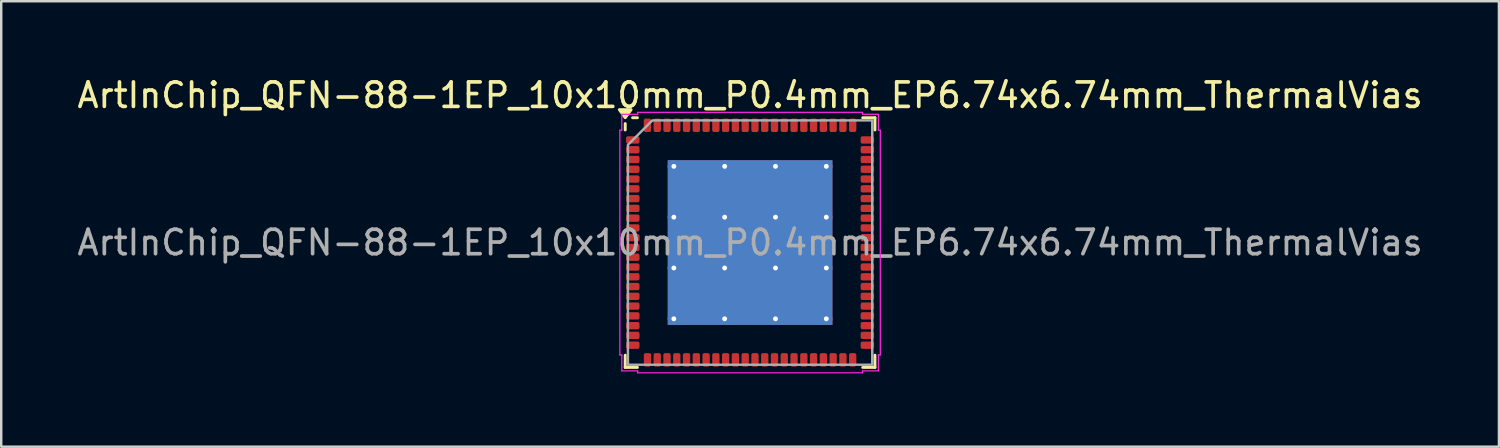
<source format=kicad_pcb>
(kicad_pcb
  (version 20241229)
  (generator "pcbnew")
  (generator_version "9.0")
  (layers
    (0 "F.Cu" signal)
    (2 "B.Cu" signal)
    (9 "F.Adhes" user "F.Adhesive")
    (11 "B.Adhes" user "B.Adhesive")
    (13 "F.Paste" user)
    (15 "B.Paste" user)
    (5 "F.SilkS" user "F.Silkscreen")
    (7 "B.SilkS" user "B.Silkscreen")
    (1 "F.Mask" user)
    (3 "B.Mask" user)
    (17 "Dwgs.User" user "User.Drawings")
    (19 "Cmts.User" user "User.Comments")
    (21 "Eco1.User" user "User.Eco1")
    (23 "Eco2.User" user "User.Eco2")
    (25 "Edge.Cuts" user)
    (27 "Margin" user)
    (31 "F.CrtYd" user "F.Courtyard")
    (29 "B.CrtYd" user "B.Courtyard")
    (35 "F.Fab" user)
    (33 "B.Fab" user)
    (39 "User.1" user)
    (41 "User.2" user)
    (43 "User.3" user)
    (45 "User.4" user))
  (footprint "ArtInChip_QFN-88-1EP_10x10mm_P0.4mm_EP6.74x6.74mm_ThermalVias"
    (layer "F.Cu")
    (at 27.649 6.878)
    (property "Reference" "ArtInChip_QFN-88-1EP_10x10mm_P0.4mm_EP6.74x6.74mm_ThermalVias" (at 0 -6.03 0) (layer "F.SilkS") (effects (font (size 1 1) (thickness 0.15))))
    (attr smd)
    (fp_line (start -5.11 -4.61) (end -5.11 -4.87) (stroke (width 0.12) (type solid)) (layer "F.SilkS"))
    (fp_line (start -5.11 5.11) (end -5.11 4.61) (stroke (width 0.12) (type solid)) (layer "F.SilkS"))
    (fp_line (start -4.61 -5.11) (end -4.81 -5.11) (stroke (width 0.12) (type solid)) (layer "F.SilkS"))
    (fp_line (start -4.61 5.11) (end -5.11 5.11) (stroke (width 0.12) (type solid)) (layer "F.SilkS"))
    (fp_line (start 4.61 -5.11) (end 5.11 -5.11) (stroke (width 0.12) (type solid)) (layer "F.SilkS"))
    (fp_line (start 4.61 5.11) (end 5.11 5.11) (stroke (width 0.12) (type solid)) (layer "F.SilkS"))
    (fp_line (start 5.11 -5.11) (end 5.11 -4.61) (stroke (width 0.12) (type solid)) (layer "F.SilkS"))
    (fp_line (start 5.11 5.11) (end 5.11 4.61) (stroke (width 0.12) (type solid)) (layer "F.SilkS"))
    (fp_poly (pts (xy -5.11 -5.11) (xy -5.35 -5.44) (xy -4.87 -5.44)) (stroke (width 0.12) (type solid)) (fill yes) (layer "F.SilkS"))
    (fp_line (start -5.33 -4.6) (end -5.25 -4.6) (stroke (width 0.05) (type solid)) (layer "F.CrtYd"))
    (fp_line (start -5.33 4.6) (end -5.33 -4.6) (stroke (width 0.05) (type solid)) (layer "F.CrtYd"))
    (fp_line (start -5.25 -5.25) (end -4.6 -5.25) (stroke (width 0.05) (type solid)) (layer "F.CrtYd"))
    (fp_line (start -5.25 -4.6) (end -5.25 -5.25) (stroke (width 0.05) (type solid)) (layer "F.CrtYd"))
    (fp_line (start -5.25 4.6) (end -5.33 4.6) (stroke (width 0.05) (type solid)) (layer "F.CrtYd"))
    (fp_line (start -5.25 5.25) (end -5.25 4.6) (stroke (width 0.05) (type solid)) (layer "F.CrtYd"))
    (fp_line (start -4.6 -5.33) (end 4.6 -5.33) (stroke (width 0.05) (type solid)) (layer "F.CrtYd"))
    (fp_line (start -4.6 -5.25) (end -4.6 -5.33) (stroke (width 0.05) (type solid)) (layer "F.CrtYd"))
    (fp_line (start -4.6 5.25) (end -5.25 5.25) (stroke (width 0.05) (type solid)) (layer "F.CrtYd"))
    (fp_line (start -4.6 5.33) (end -4.6 5.25) (stroke (width 0.05) (type solid)) (layer "F.CrtYd"))
    (fp_line (start 4.6 -5.33) (end 4.6 -5.25) (stroke (width 0.05) (type solid)) (layer "F.CrtYd"))
    (fp_line (start 4.6 -5.25) (end 5.25 -5.25) (stroke (width 0.05) (type solid)) (layer "F.CrtYd"))
    (fp_line (start 4.6 5.25) (end 4.6 5.33) (stroke (width 0.05) (type solid)) (layer "F.CrtYd"))
    (fp_line (start 4.6 5.33) (end -4.6 5.33) (stroke (width 0.05) (type solid)) (layer "F.CrtYd"))
    (fp_line (start 5.25 -5.25) (end 5.25 -4.6) (stroke (width 0.05) (type solid)) (layer "F.CrtYd"))
    (fp_line (start 5.25 -4.6) (end 5.33 -4.6) (stroke (width 0.05) (type solid)) (layer "F.CrtYd"))
    (fp_line (start 5.25 4.6) (end 5.25 5.25) (stroke (width 0.05) (type solid)) (layer "F.CrtYd"))
    (fp_line (start 5.25 5.25) (end 4.6 5.25) (stroke (width 0.05) (type solid)) (layer "F.CrtYd"))
    (fp_line (start 5.33 -4.6) (end 5.33 4.6) (stroke (width 0.05) (type solid)) (layer "F.CrtYd"))
    (fp_line (start 5.33 4.6) (end 5.25 4.6) (stroke (width 0.05) (type solid)) (layer "F.CrtYd"))
    (fp_poly (pts (xy -5 -4) (xy -5 5) (xy 5 5) (xy 5 -5) (xy -4 -5)) (stroke (width 0.1) (type solid)) (fill no) (layer "F.Fab"))
    (fp_text user "${REFERENCE}" (at 0 0 0) (layer "F.Fab") (effects (font (size 1 1) (thickness 0.15))))
    (pad "" smd roundrect (at -2.25 -2.25) (size 1.74 1.74) (layers "F.Paste") (roundrect_rratio 0.144))
    (pad "" smd roundrect (at -2.25 0) (size 1.74 1.74) (layers "F.Paste") (roundrect_rratio 0.144))
    (pad "" smd roundrect (at -2.25 2.25) (size 1.74 1.74) (layers "F.Paste") (roundrect_rratio 0.144))
    (pad "" smd roundrect (at 0 -2.25) (size 1.74 1.74) (layers "F.Paste") (roundrect_rratio 0.144))
    (pad "" smd roundrect (at 0 0) (size 1.74 1.74) (layers "F.Paste") (roundrect_rratio 0.144))
    (pad "" smd roundrect (at 0 2.25) (size 1.74 1.74) (layers "F.Paste") (roundrect_rratio 0.144))
    (pad "" smd roundrect (at 2.25 -2.25) (size 1.74 1.74) (layers "F.Paste") (roundrect_rratio 0.144))
    (pad "" smd roundrect (at 2.25 0) (size 1.74 1.74) (layers "F.Paste") (roundrect_rratio 0.144))
    (pad "" smd roundrect (at 2.25 2.25) (size 1.74 1.74) (layers "F.Paste") (roundrect_rratio 0.144))
    (pad "1" smd roundrect (at -4.8 -4.2) (size 0.55 0.3) (layers "F.Cu" "F.Mask" "F.Paste") (roundrect_rratio 0.25))
    (pad "2" smd roundrect (at -4.8 -3.8) (size 0.55 0.3) (layers "F.Cu" "F.Mask" "F.Paste") (roundrect_rratio 0.25))
    (pad "3" smd roundrect (at -4.8 -3.4) (size 0.55 0.3) (layers "F.Cu" "F.Mask" "F.Paste") (roundrect_rratio 0.25))
    (pad "4" smd roundrect (at -4.8 -3) (size 0.55 0.3) (layers "F.Cu" "F.Mask" "F.Paste") (roundrect_rratio 0.25))
    (pad "5" smd roundrect (at -4.8 -2.6) (size 0.55 0.3) (layers "F.Cu" "F.Mask" "F.Paste") (roundrect_rratio 0.25))
    (pad "6" smd roundrect (at -4.8 -2.2) (size 0.55 0.3) (layers "F.Cu" "F.Mask" "F.Paste") (roundrect_rratio 0.25))
    (pad "7" smd roundrect (at -4.8 -1.8) (size 0.55 0.3) (layers "F.Cu" "F.Mask" "F.Paste") (roundrect_rratio 0.25))
    (pad "8" smd roundrect (at -4.8 -1.4) (size 0.55 0.3) (layers "F.Cu" "F.Mask" "F.Paste") (roundrect_rratio 0.25))
    (pad "9" smd roundrect (at -4.8 -1) (size 0.55 0.3) (layers "F.Cu" "F.Mask" "F.Paste") (roundrect_rratio 0.25))
    (pad "10" smd roundrect (at -4.8 -0.6) (size 0.55 0.3) (layers "F.Cu" "F.Mask" "F.Paste") (roundrect_rratio 0.25))
    (pad "11" smd roundrect (at -4.8 -0.2) (size 0.55 0.3) (layers "F.Cu" "F.Mask" "F.Paste") (roundrect_rratio 0.25))
    (pad "12" smd roundrect (at -4.8 0.2) (size 0.55 0.3) (layers "F.Cu" "F.Mask" "F.Paste") (roundrect_rratio 0.25))
    (pad "13" smd roundrect (at -4.8 0.6) (size 0.55 0.3) (layers "F.Cu" "F.Mask" "F.Paste") (roundrect_rratio 0.25))
    (pad "14" smd roundrect (at -4.8 1) (size 0.55 0.3) (layers "F.Cu" "F.Mask" "F.Paste") (roundrect_rratio 0.25))
    (pad "15" smd roundrect (at -4.8 1.4) (size 0.55 0.3) (layers "F.Cu" "F.Mask" "F.Paste") (roundrect_rratio 0.25))
    (pad "16" smd roundrect (at -4.8 1.8) (size 0.55 0.3) (layers "F.Cu" "F.Mask" "F.Paste") (roundrect_rratio 0.25))
    (pad "17" smd roundrect (at -4.8 2.2) (size 0.55 0.3) (layers "F.Cu" "F.Mask" "F.Paste") (roundrect_rratio 0.25))
    (pad "18" smd roundrect (at -4.8 2.6) (size 0.55 0.3) (layers "F.Cu" "F.Mask" "F.Paste") (roundrect_rratio 0.25))
    (pad "19" smd roundrect (at -4.8 3) (size 0.55 0.3) (layers "F.Cu" "F.Mask" "F.Paste") (roundrect_rratio 0.25))
    (pad "20" smd roundrect (at -4.8 3.4) (size 0.55 0.3) (layers "F.Cu" "F.Mask" "F.Paste") (roundrect_rratio 0.25))
    (pad "21" smd roundrect (at -4.8 3.8) (size 0.55 0.3) (layers "F.Cu" "F.Mask" "F.Paste") (roundrect_rratio 0.25))
    (pad "22" smd roundrect (at -4.8 4.2) (size 0.55 0.3) (layers "F.Cu" "F.Mask" "F.Paste") (roundrect_rratio 0.25))
    (pad "23" smd roundrect (at -4.2 4.8) (size 0.3 0.55) (layers "F.Cu" "F.Mask" "F.Paste") (roundrect_rratio 0.25))
    (pad "24" smd roundrect (at -3.8 4.8) (size 0.3 0.55) (layers "F.Cu" "F.Mask" "F.Paste") (roundrect_rratio 0.25))
    (pad "25" smd roundrect (at -3.4 4.8) (size 0.3 0.55) (layers "F.Cu" "F.Mask" "F.Paste") (roundrect_rratio 0.25))
    (pad "26" smd roundrect (at -3 4.8) (size 0.3 0.55) (layers "F.Cu" "F.Mask" "F.Paste") (roundrect_rratio 0.25))
    (pad "27" smd roundrect (at -2.6 4.8) (size 0.3 0.55) (layers "F.Cu" "F.Mask" "F.Paste") (roundrect_rratio 0.25))
    (pad "28" smd roundrect (at -2.2 4.8) (size 0.3 0.55) (layers "F.Cu" "F.Mask" "F.Paste") (roundrect_rratio 0.25))
    (pad "29" smd roundrect (at -1.8 4.8) (size 0.3 0.55) (layers "F.Cu" "F.Mask" "F.Paste") (roundrect_rratio 0.25))
    (pad "30" smd roundrect (at -1.4 4.8) (size 0.3 0.55) (layers "F.Cu" "F.Mask" "F.Paste") (roundrect_rratio 0.25))
    (pad "31" smd roundrect (at -1 4.8) (size 0.3 0.55) (layers "F.Cu" "F.Mask" "F.Paste") (roundrect_rratio 0.25))
    (pad "32" smd roundrect (at -0.6 4.8) (size 0.3 0.55) (layers "F.Cu" "F.Mask" "F.Paste") (roundrect_rratio 0.25))
    (pad "33" smd roundrect (at -0.2 4.8) (size 0.3 0.55) (layers "F.Cu" "F.Mask" "F.Paste") (roundrect_rratio 0.25))
    (pad "34" smd roundrect (at 0.2 4.8) (size 0.3 0.55) (layers "F.Cu" "F.Mask" "F.Paste") (roundrect_rratio 0.25))
    (pad "35" smd roundrect (at 0.6 4.8) (size 0.3 0.55) (layers "F.Cu" "F.Mask" "F.Paste") (roundrect_rratio 0.25))
    (pad "36" smd roundrect (at 1 4.8) (size 0.3 0.55) (layers "F.Cu" "F.Mask" "F.Paste") (roundrect_rratio 0.25))
    (pad "37" smd roundrect (at 1.4 4.8) (size 0.3 0.55) (layers "F.Cu" "F.Mask" "F.Paste") (roundrect_rratio 0.25))
    (pad "38" smd roundrect (at 1.8 4.8) (size 0.3 0.55) (layers "F.Cu" "F.Mask" "F.Paste") (roundrect_rratio 0.25))
    (pad "39" smd roundrect (at 2.2 4.8) (size 0.3 0.55) (layers "F.Cu" "F.Mask" "F.Paste") (roundrect_rratio 0.25))
    (pad "40" smd roundrect (at 2.6 4.8) (size 0.3 0.55) (layers "F.Cu" "F.Mask" "F.Paste") (roundrect_rratio 0.25))
    (pad "41" smd roundrect (at 3 4.8) (size 0.3 0.55) (layers "F.Cu" "F.Mask" "F.Paste") (roundrect_rratio 0.25))
    (pad "42" smd roundrect (at 3.4 4.8) (size 0.3 0.55) (layers "F.Cu" "F.Mask" "F.Paste") (roundrect_rratio 0.25))
    (pad "43" smd roundrect (at 3.8 4.8) (size 0.3 0.55) (layers "F.Cu" "F.Mask" "F.Paste") (roundrect_rratio 0.25))
    (pad "44" smd roundrect (at 4.2 4.8) (size 0.3 0.55) (layers "F.Cu" "F.Mask" "F.Paste") (roundrect_rratio 0.25))
    (pad "45" smd roundrect (at 4.8 4.2) (size 0.55 0.3) (layers "F.Cu" "F.Mask" "F.Paste") (roundrect_rratio 0.25))
    (pad "46" smd roundrect (at 4.8 3.8) (size 0.55 0.3) (layers "F.Cu" "F.Mask" "F.Paste") (roundrect_rratio 0.25))
    (pad "47" smd roundrect (at 4.8 3.4) (size 0.55 0.3) (layers "F.Cu" "F.Mask" "F.Paste") (roundrect_rratio 0.25))
    (pad "48" smd roundrect (at 4.8 3) (size 0.55 0.3) (layers "F.Cu" "F.Mask" "F.Paste") (roundrect_rratio 0.25))
    (pad "49" smd roundrect (at 4.8 2.6) (size 0.55 0.3) (layers "F.Cu" "F.Mask" "F.Paste") (roundrect_rratio 0.25))
    (pad "50" smd roundrect (at 4.8 2.2) (size 0.55 0.3) (layers "F.Cu" "F.Mask" "F.Paste") (roundrect_rratio 0.25))
    (pad "51" smd roundrect (at 4.8 1.8) (size 0.55 0.3) (layers "F.Cu" "F.Mask" "F.Paste") (roundrect_rratio 0.25))
    (pad "52" smd roundrect (at 4.8 1.4) (size 0.55 0.3) (layers "F.Cu" "F.Mask" "F.Paste") (roundrect_rratio 0.25))
    (pad "53" smd roundrect (at 4.8 1) (size 0.55 0.3) (layers "F.Cu" "F.Mask" "F.Paste") (roundrect_rratio 0.25))
    (pad "54" smd roundrect (at 4.8 0.6) (size 0.55 0.3) (layers "F.Cu" "F.Mask" "F.Paste") (roundrect_rratio 0.25))
    (pad "55" smd roundrect (at 4.8 0.2) (size 0.55 0.3) (layers "F.Cu" "F.Mask" "F.Paste") (roundrect_rratio 0.25))
    (pad "56" smd roundrect (at 4.8 -0.2) (size 0.55 0.3) (layers "F.Cu" "F.Mask" "F.Paste") (roundrect_rratio 0.25))
    (pad "57" smd roundrect (at 4.8 -0.6) (size 0.55 0.3) (layers "F.Cu" "F.Mask" "F.Paste") (roundrect_rratio 0.25))
    (pad "58" smd roundrect (at 4.8 -1) (size 0.55 0.3) (layers "F.Cu" "F.Mask" "F.Paste") (roundrect_rratio 0.25))
    (pad "59" smd roundrect (at 4.8 -1.4) (size 0.55 0.3) (layers "F.Cu" "F.Mask" "F.Paste") (roundrect_rratio 0.25))
    (pad "60" smd roundrect (at 4.8 -1.8) (size 0.55 0.3) (layers "F.Cu" "F.Mask" "F.Paste") (roundrect_rratio 0.25))
    (pad "61" smd roundrect (at 4.8 -2.2) (size 0.55 0.3) (layers "F.Cu" "F.Mask" "F.Paste") (roundrect_rratio 0.25))
    (pad "62" smd roundrect (at 4.8 -2.6) (size 0.55 0.3) (layers "F.Cu" "F.Mask" "F.Paste") (roundrect_rratio 0.25))
    (pad "63" smd roundrect (at 4.8 -3) (size 0.55 0.3) (layers "F.Cu" "F.Mask" "F.Paste") (roundrect_rratio 0.25))
    (pad "64" smd roundrect (at 4.8 -3.4) (size 0.55 0.3) (layers "F.Cu" "F.Mask" "F.Paste") (roundrect_rratio 0.25))
    (pad "65" smd roundrect (at 4.8 -3.8) (size 0.55 0.3) (layers "F.Cu" "F.Mask" "F.Paste") (roundrect_rratio 0.25))
    (pad "66" smd roundrect (at 4.8 -4.2) (size 0.55 0.3) (layers "F.Cu" "F.Mask" "F.Paste") (roundrect_rratio 0.25))
    (pad "67" smd roundrect (at 4.2 -4.8) (size 0.3 0.55) (layers "F.Cu" "F.Mask" "F.Paste") (roundrect_rratio 0.25))
    (pad "68" smd roundrect (at 3.8 -4.8) (size 0.3 0.55) (layers "F.Cu" "F.Mask" "F.Paste") (roundrect_rratio 0.25))
    (pad "69" smd roundrect (at 3.4 -4.8) (size 0.3 0.55) (layers "F.Cu" "F.Mask" "F.Paste") (roundrect_rratio 0.25))
    (pad "70" smd roundrect (at 3 -4.8) (size 0.3 0.55) (layers "F.Cu" "F.Mask" "F.Paste") (roundrect_rratio 0.25))
    (pad "71" smd roundrect (at 2.6 -4.8) (size 0.3 0.55) (layers "F.Cu" "F.Mask" "F.Paste") (roundrect_rratio 0.25))
    (pad "72" smd roundrect (at 2.2 -4.8) (size 0.3 0.55) (layers "F.Cu" "F.Mask" "F.Paste") (roundrect_rratio 0.25))
    (pad "73" smd roundrect (at 1.8 -4.8) (size 0.3 0.55) (layers "F.Cu" "F.Mask" "F.Paste") (roundrect_rratio 0.25))
    (pad "74" smd roundrect (at 1.4 -4.8) (size 0.3 0.55) (layers "F.Cu" "F.Mask" "F.Paste") (roundrect_rratio 0.25))
    (pad "75" smd roundrect (at 1 -4.8) (size 0.3 0.55) (layers "F.Cu" "F.Mask" "F.Paste") (roundrect_rratio 0.25))
    (pad "76" smd roundrect (at 0.6 -4.8) (size 0.3 0.55) (layers "F.Cu" "F.Mask" "F.Paste") (roundrect_rratio 0.25))
    (pad "77" smd roundrect (at 0.2 -4.8) (size 0.3 0.55) (layers "F.Cu" "F.Mask" "F.Paste") (roundrect_rratio 0.25))
    (pad "78" smd roundrect (at -0.2 -4.8) (size 0.3 0.55) (layers "F.Cu" "F.Mask" "F.Paste") (roundrect_rratio 0.25))
    (pad "79" smd roundrect (at -0.6 -4.8) (size 0.3 0.55) (layers "F.Cu" "F.Mask" "F.Paste") (roundrect_rratio 0.25))
    (pad "80" smd roundrect (at -1 -4.8) (size 0.3 0.55) (layers "F.Cu" "F.Mask" "F.Paste") (roundrect_rratio 0.25))
    (pad "81" smd roundrect (at -1.4 -4.8) (size 0.3 0.55) (layers "F.Cu" "F.Mask" "F.Paste") (roundrect_rratio 0.25))
    (pad "82" smd roundrect (at -1.8 -4.8) (size 0.3 0.55) (layers "F.Cu" "F.Mask" "F.Paste") (roundrect_rratio 0.25))
    (pad "83" smd roundrect (at -2.2 -4.8) (size 0.3 0.55) (layers "F.Cu" "F.Mask" "F.Paste") (roundrect_rratio 0.25))
    (pad "84" smd roundrect (at -2.6 -4.8) (size 0.3 0.55) (layers "F.Cu" "F.Mask" "F.Paste") (roundrect_rratio 0.25))
    (pad "85" smd roundrect (at -3 -4.8) (size 0.3 0.55) (layers "F.Cu" "F.Mask" "F.Paste") (roundrect_rratio 0.25))
    (pad "86" smd roundrect (at -3.4 -4.8) (size 0.3 0.55) (layers "F.Cu" "F.Mask" "F.Paste") (roundrect_rratio 0.25))
    (pad "87" smd roundrect (at -3.8 -4.8) (size 0.3 0.55) (layers "F.Cu" "F.Mask" "F.Paste") (roundrect_rratio 0.25))
    (pad "88" smd roundrect (at -4.2 -4.8) (size 0.3 0.55) (layers "F.Cu" "F.Mask" "F.Paste") (roundrect_rratio 0.25))
    (pad "89" thru_hole circle (at -3.12 -3.12) (size 0.5 0.5) (drill 0.2) (property pad_prop_heatsink) (layers "*.Cu"))
    (pad "89" thru_hole circle (at -3.12 -1.04) (size 0.5 0.5) (drill 0.2) (property pad_prop_heatsink) (layers "*.Cu"))
    (pad "89" thru_hole circle (at -3.12 1.04) (size 0.5 0.5) (drill 0.2) (property pad_prop_heatsink) (layers "*.Cu"))
    (pad "89" thru_hole circle (at -3.12 3.12) (size 0.5 0.5) (drill 0.2) (property pad_prop_heatsink) (layers "*.Cu"))
    (pad "89" thru_hole circle (at -1.04 -3.12) (size 0.5 0.5) (drill 0.2) (property pad_prop_heatsink) (layers "*.Cu"))
    (pad "89" thru_hole circle (at -1.04 -1.04) (size 0.5 0.5) (drill 0.2) (property pad_prop_heatsink) (layers "*.Cu"))
    (pad "89" thru_hole circle (at -1.04 1.04) (size 0.5 0.5) (drill 0.2) (property pad_prop_heatsink) (layers "*.Cu"))
    (pad "89" thru_hole circle (at -1.04 3.12) (size 0.5 0.5) (drill 0.2) (property pad_prop_heatsink) (layers "*.Cu"))
    (pad "89" smd rect (at 0 0) (size 6.74 6.74) (property pad_prop_heatsink) (layers "F.Cu" "F.Mask"))
    (pad "89" smd rect (at 0 0) (size 6.74 6.74) (property pad_prop_heatsink) (layers "B.Cu"))
    (pad "89" thru_hole circle (at 1.04 -3.12) (size 0.5 0.5) (drill 0.2) (property pad_prop_heatsink) (layers "*.Cu"))
    (pad "89" thru_hole circle (at 1.04 -1.04) (size 0.5 0.5) (drill 0.2) (property pad_prop_heatsink) (layers "*.Cu"))
    (pad "89" thru_hole circle (at 1.04 1.04) (size 0.5 0.5) (drill 0.2) (property pad_prop_heatsink) (layers "*.Cu"))
    (pad "89" thru_hole circle (at 1.04 3.12) (size 0.5 0.5) (drill 0.2) (property pad_prop_heatsink) (layers "*.Cu"))
    (pad "89" thru_hole circle (at 3.12 -3.12) (size 0.5 0.5) (drill 0.2) (property pad_prop_heatsink) (layers "*.Cu"))
    (pad "89" thru_hole circle (at 3.12 -1.04) (size 0.5 0.5) (drill 0.2) (property pad_prop_heatsink) (layers "*.Cu"))
    (pad "89" thru_hole circle (at 3.12 1.04) (size 0.5 0.5) (drill 0.2) (property pad_prop_heatsink) (layers "*.Cu"))
    (pad "89" thru_hole circle (at 3.12 3.12) (size 0.5 0.5) (drill 0.2) (property pad_prop_heatsink) (layers "*.Cu")))
  (gr_rect
    (start -3 -3)
    (end 58.298 15.233)
    (stroke (width 0.1) (type default))
    (fill no)
    (layer "Edge.Cuts")))
</source>
